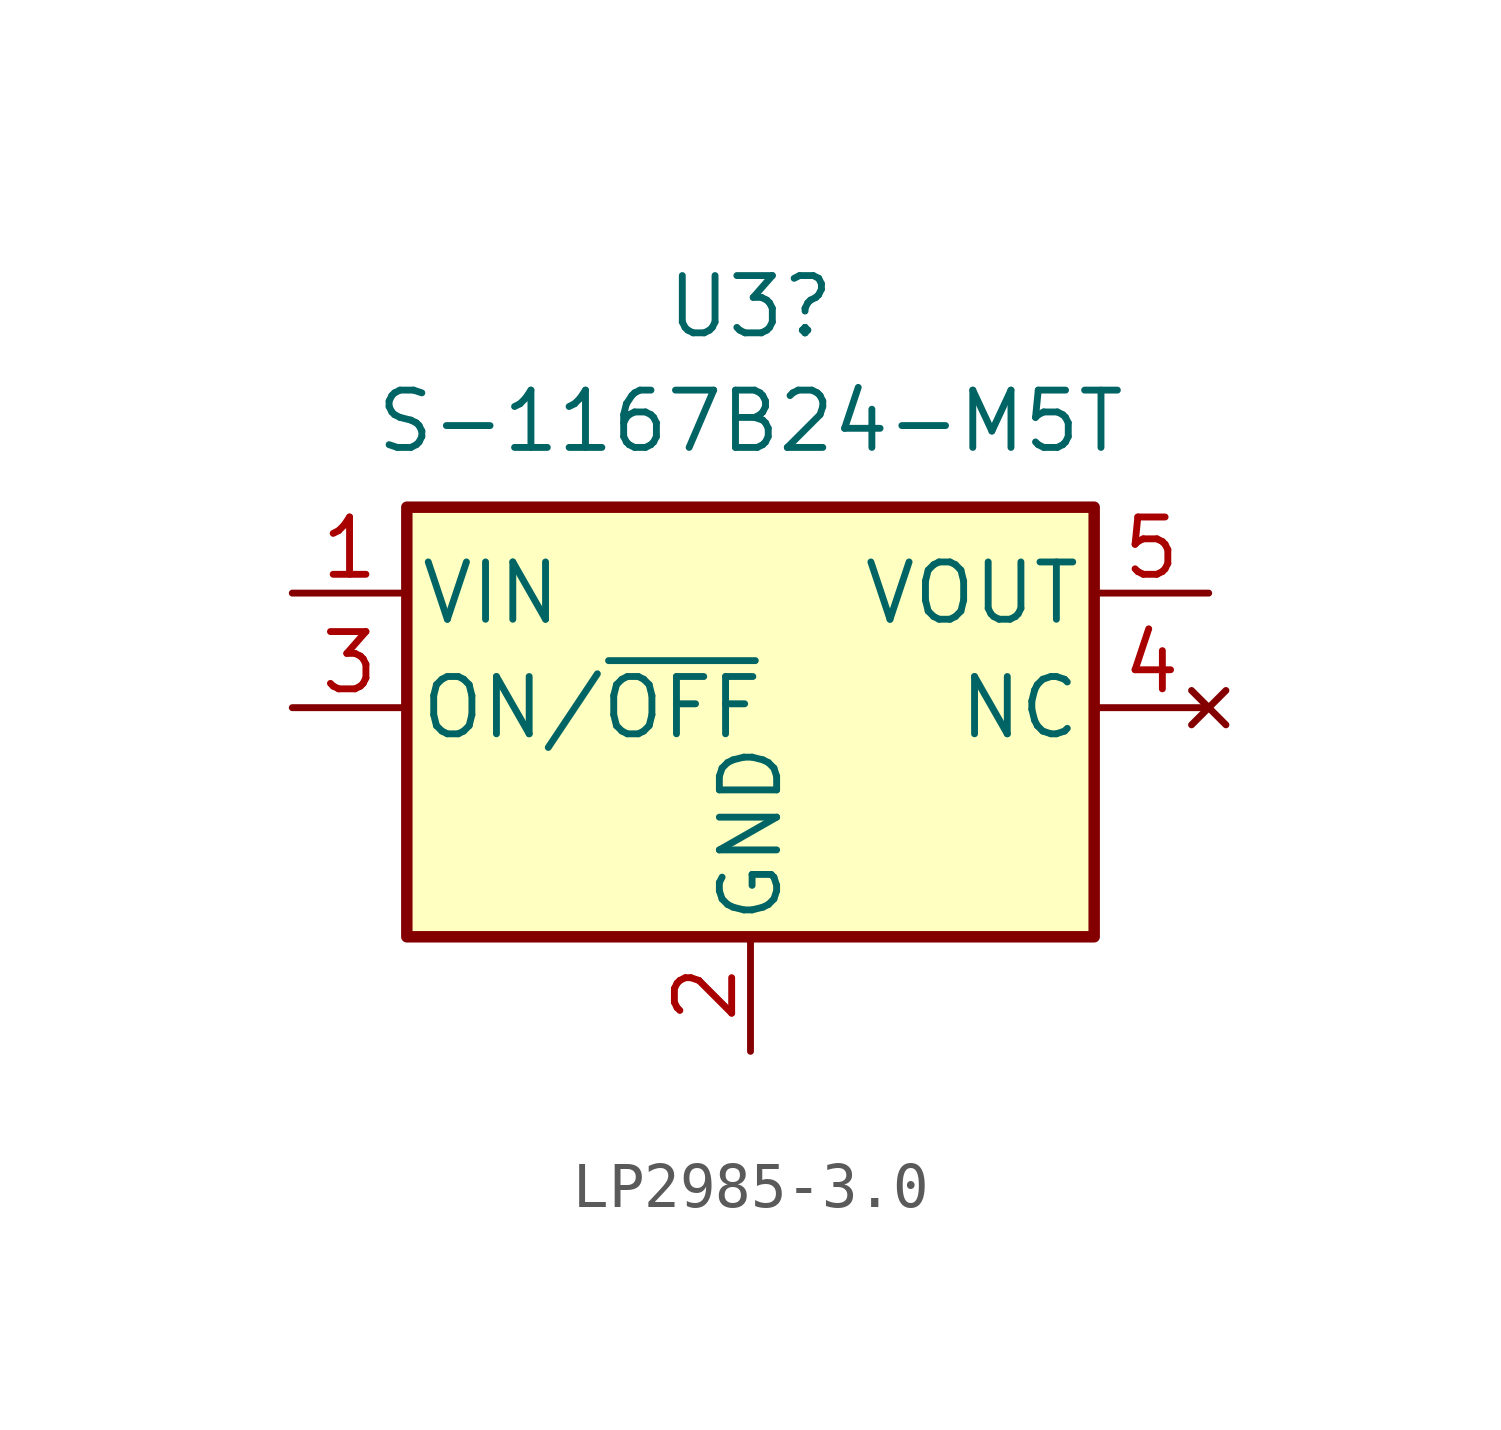
<source format=kicad_sym>
(kicad_symbol_lib
  (version 20241209)
  (generator "kicad_symbol_editor")
  (generator_version "9.0")
  (symbol "LP2985-3.0"
    (pin_names
      (offset 0.254))
    (property "Reference" "U3"
      (at 0 8.89 0)
      (effects (font (size 1.27 1.27))))
    (property "Value" "S-1167B24-M5T"
      (at 0 6.35 0)
      (effects (font (size 1.27 1.27))))
    (symbol "LP2985-3.0_0_1"
      (rectangle (start -7.62 -5.08) (end 7.62 4.445) (stroke (width 0.254) (type default)) (fill (type background))))
    (symbol "LP2985-3.0_1_1"
      (pin power_in line (at -10.16 2.54 0) (length 2.54) (name "VIN" (effects (font (size 1.27 1.27)))) (number "1" (effects (font (size 1.27 1.27)))))
      (pin input line (at -10.16 0 0) (length 2.54) (name "ON/~{OFF}" (effects (font (size 1.27 1.27)))) (number "3" (effects (font (size 1.27 1.27)))))
      (pin power_in line (at 0 -7.62 90) (length 2.54) (name "GND" (effects (font (size 1.27 1.27)))) (number "2" (effects (font (size 1.27 1.27)))))
      (pin power_out line (at 10.16 2.54 180) (length 2.54) (name "VOUT" (effects (font (size 1.27 1.27)))) (number "5" (effects (font (size 1.27 1.27)))))
      (pin no_connect line (at 10.16 0 180) (length 2.54) (name "NC" (effects (font (size 1.27 1.27)))) (number "4" (effects (font (size 1.27 1.27))))))))
</source>
